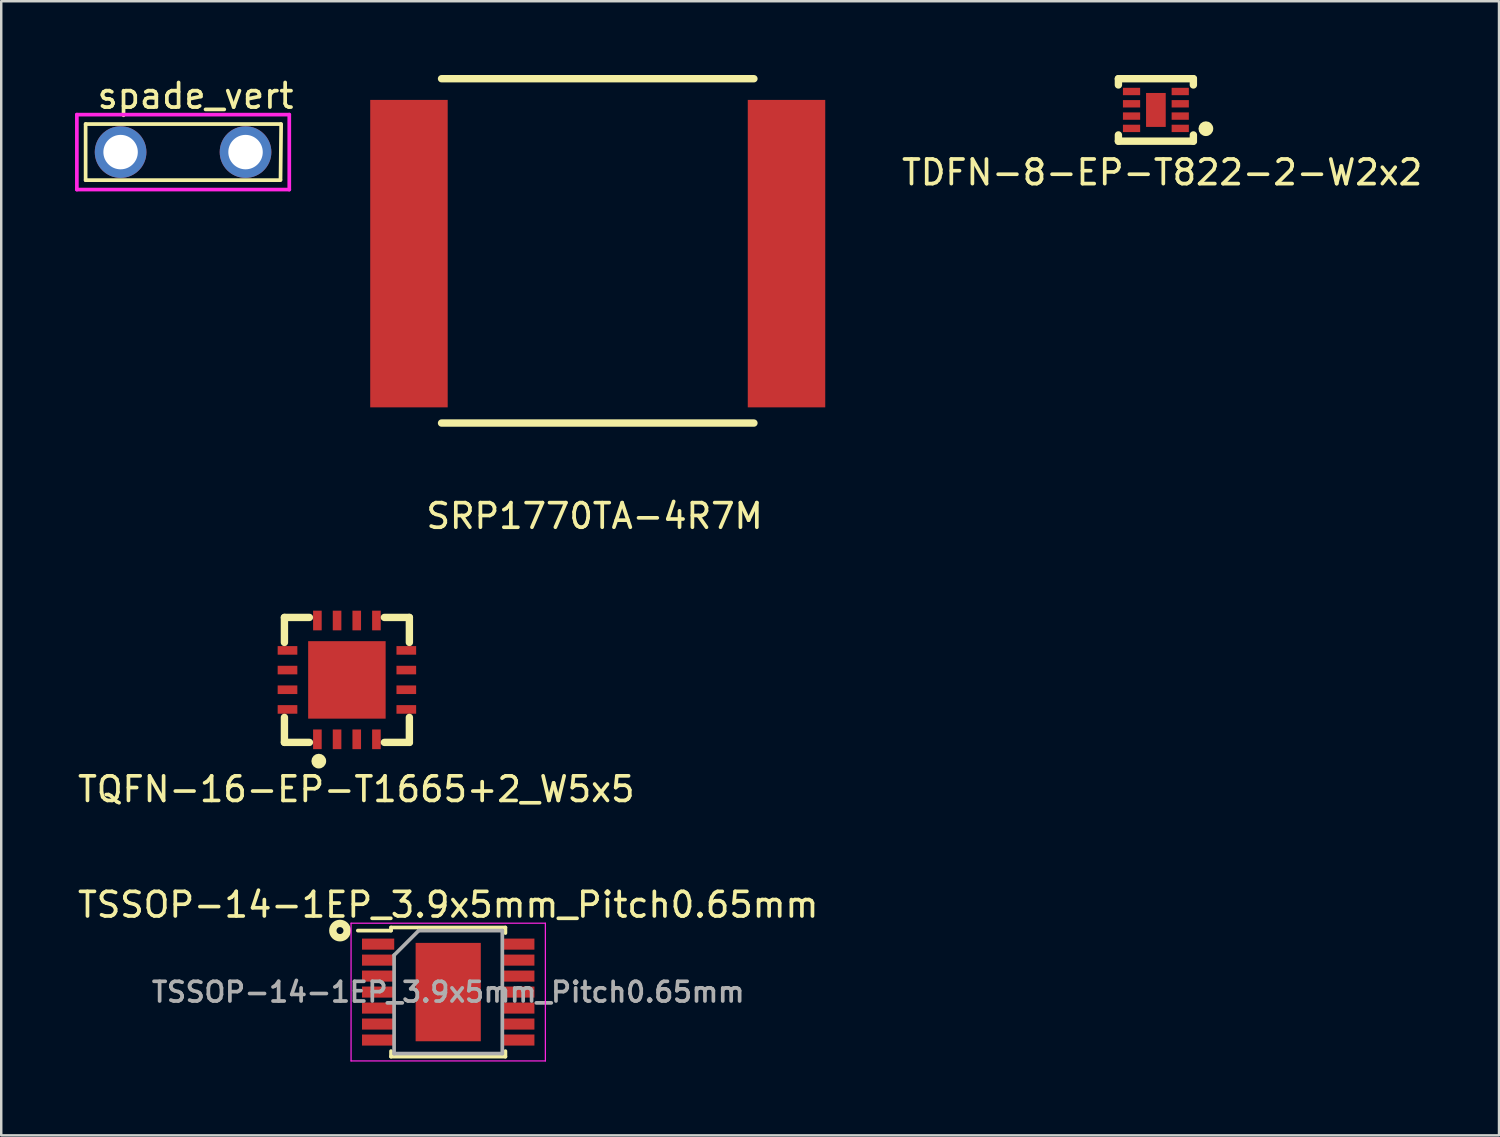
<source format=kicad_pcb>
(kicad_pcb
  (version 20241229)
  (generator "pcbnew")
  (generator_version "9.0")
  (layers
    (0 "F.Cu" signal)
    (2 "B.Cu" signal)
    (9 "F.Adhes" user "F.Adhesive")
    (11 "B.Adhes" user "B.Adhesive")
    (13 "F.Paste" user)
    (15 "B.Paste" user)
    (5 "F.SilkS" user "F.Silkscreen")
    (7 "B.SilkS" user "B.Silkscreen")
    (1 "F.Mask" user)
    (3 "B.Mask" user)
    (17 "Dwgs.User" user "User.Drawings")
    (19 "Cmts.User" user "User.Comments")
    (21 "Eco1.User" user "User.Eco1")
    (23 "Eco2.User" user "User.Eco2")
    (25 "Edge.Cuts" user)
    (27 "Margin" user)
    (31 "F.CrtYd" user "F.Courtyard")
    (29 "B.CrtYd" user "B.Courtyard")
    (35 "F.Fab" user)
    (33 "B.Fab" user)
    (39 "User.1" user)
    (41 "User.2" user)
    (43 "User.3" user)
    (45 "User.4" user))
  (footprint "TQFN-16-EP-T1665+2_W5x5"
    (layer "F.Cu")
    (at 11.054 24.593)
    (property "Reference" "TQFN-16-EP-T1665+2_W5x5" (at 0.381 4.445 0) (layer "F.SilkS") (effects (font (size 1 1) (thickness 0.15))))
    (attr through_hole)
    (fp_line (start -2.54 -2.54) (end -2.54 -1.524) (stroke (width 0.3) (type solid)) (layer "F.SilkS"))
    (fp_line (start -2.54 1.524) (end -2.54 2.54) (stroke (width 0.3) (type solid)) (layer "F.SilkS"))
    (fp_line (start -2.54 2.54) (end -1.524 2.54) (stroke (width 0.3) (type solid)) (layer "F.SilkS"))
    (fp_line (start -1.524 -2.54) (end -2.54 -2.54) (stroke (width 0.3) (type solid)) (layer "F.SilkS"))
    (fp_line (start 1.524 2.54) (end 2.54 2.54) (stroke (width 0.3) (type solid)) (layer "F.SilkS"))
    (fp_line (start 2.54 -2.54) (end 1.524 -2.54) (stroke (width 0.3) (type solid)) (layer "F.SilkS"))
    (fp_line (start 2.54 -1.524) (end 2.54 -2.54) (stroke (width 0.3) (type solid)) (layer "F.SilkS"))
    (fp_line (start 2.54 2.54) (end 2.54 1.524) (stroke (width 0.3) (type solid)) (layer "F.SilkS"))
    (fp_circle (center -1.143 3.302) (end -1.143 3.452) (stroke (width 0.3) (type solid)) (fill no) (layer "F.SilkS"))
    (pad "1" smd rect (at -1.2 2.415) (size 0.35 0.8) (layers "F.Cu" "F.Mask" "F.Paste"))
    (pad "2" smd rect (at -0.4 2.415) (size 0.35 0.8) (layers "F.Cu" "F.Mask" "F.Paste"))
    (pad "3" smd rect (at 0.4 2.415) (size 0.35 0.8) (layers "F.Cu" "F.Mask" "F.Paste"))
    (pad "4" smd rect (at 1.2 2.415) (size 0.35 0.8) (layers "F.Cu" "F.Mask" "F.Paste"))
    (pad "5" smd rect (at 2.415 1.2) (size 0.8 0.35) (layers "F.Cu" "F.Mask" "F.Paste"))
    (pad "6" smd rect (at 2.415 0.4) (size 0.8 0.35) (layers "F.Cu" "F.Mask" "F.Paste"))
    (pad "7" smd rect (at 2.415 -0.4) (size 0.8 0.35) (layers "F.Cu" "F.Mask" "F.Paste"))
    (pad "8" smd rect (at 2.415 -1.2) (size 0.8 0.35) (layers "F.Cu" "F.Mask" "F.Paste"))
    (pad "9" smd rect (at 1.2 -2.415) (size 0.35 0.8) (layers "F.Cu" "F.Mask" "F.Paste"))
    (pad "10" smd rect (at 0.4 -2.415) (size 0.35 0.8) (layers "F.Cu" "F.Mask" "F.Paste"))
    (pad "11" smd rect (at -0.4 -2.415) (size 0.35 0.8) (layers "F.Cu" "F.Mask" "F.Paste"))
    (pad "12" smd rect (at -1.2 -2.415) (size 0.35 0.8) (layers "F.Cu" "F.Mask" "F.Paste"))
    (pad "13" smd rect (at -2.415 -1.2) (size 0.8 0.35) (layers "F.Cu" "F.Mask" "F.Paste"))
    (pad "14" smd rect (at -2.415 -0.4) (size 0.8 0.35) (layers "F.Cu" "F.Mask" "F.Paste"))
    (pad "15" smd rect (at -2.415 0.4) (size 0.8 0.35) (layers "F.Cu" "F.Mask" "F.Paste"))
    (pad "16" smd rect (at -2.415 1.2) (size 0.8 0.35) (layers "F.Cu" "F.Mask" "F.Paste"))
    (pad "EP" smd rect (at 0 0) (size 3.15 3.15) (layers "F.Cu" "F.Mask" "F.Paste")))
  (footprint "TSSOP-14-1EP_3.9x5mm_Pitch0.65mm"
    (layer "F.Cu")
    (at 15.173 37.285)
    (property "Reference" "TSSOP-14-1EP_3.9x5mm_Pitch0.65mm" (at 0 -3.55 0) (layer "F.SilkS") (effects (font (size 1 1) (thickness 0.15))))
    (attr smd)
    (fp_line (start -2.325 -2.625) (end -2.325 -2.5) (stroke (width 0.15) (type solid)) (layer "F.SilkS"))
    (fp_line (start -2.325 -2.625) (end 2.325 -2.625) (stroke (width 0.15) (type solid)) (layer "F.SilkS"))
    (fp_line (start -2.325 -2.5) (end -3.675 -2.5) (stroke (width 0.15) (type solid)) (layer "F.SilkS"))
    (fp_line (start -2.325 2.625) (end -2.325 2.4) (stroke (width 0.15) (type solid)) (layer "F.SilkS"))
    (fp_line (start -2.325 2.625) (end 2.325 2.625) (stroke (width 0.15) (type solid)) (layer "F.SilkS"))
    (fp_line (start 2.325 -2.625) (end 2.325 -2.4) (stroke (width 0.15) (type solid)) (layer "F.SilkS"))
    (fp_line (start 2.325 2.625) (end 2.325 2.4) (stroke (width 0.15) (type solid)) (layer "F.SilkS"))
    (fp_circle (center -4.4 -2.5) (end -4.3 -2.4) (stroke (width 0.3) (type solid)) (fill no) (layer "F.SilkS"))
    (fp_line (start -3.95 -2.8) (end -3.95 2.8) (stroke (width 0.05) (type solid)) (layer "F.CrtYd"))
    (fp_line (start -3.95 -2.8) (end 3.95 -2.8) (stroke (width 0.05) (type solid)) (layer "F.CrtYd"))
    (fp_line (start -3.95 2.8) (end 3.95 2.8) (stroke (width 0.05) (type solid)) (layer "F.CrtYd"))
    (fp_line (start 3.95 -2.8) (end 3.95 2.8) (stroke (width 0.05) (type solid)) (layer "F.CrtYd"))
    (fp_line (start -2.2 -1.5) (end -1.2 -2.5) (stroke (width 0.15) (type solid)) (layer "F.Fab"))
    (fp_line (start -2.2 2.5) (end -2.2 -1.5) (stroke (width 0.15) (type solid)) (layer "F.Fab"))
    (fp_line (start -1.2 -2.5) (end 2.2 -2.5) (stroke (width 0.15) (type solid)) (layer "F.Fab"))
    (fp_line (start 2.2 -2.5) (end 2.2 2.5) (stroke (width 0.15) (type solid)) (layer "F.Fab"))
    (fp_line (start 2.2 2.5) (end -2.2 2.5) (stroke (width 0.15) (type solid)) (layer "F.Fab"))
    (fp_text user "${REFERENCE}" (at 0 0 0) (layer "F.Fab") (effects (font (size 0.8 0.8) (thickness 0.15))))
    (pad "1" smd rect (at -2.85 -1.95) (size 1.31 0.45) (layers "F.Cu" "F.Mask" "F.Paste"))
    (pad "2" smd rect (at -2.85 -1.3) (size 1.31 0.45) (layers "F.Cu" "F.Mask" "F.Paste"))
    (pad "3" smd rect (at -2.85 -0.65) (size 1.31 0.45) (layers "F.Cu" "F.Mask" "F.Paste"))
    (pad "4" smd rect (at -2.85 0) (size 1.31 0.45) (layers "F.Cu" "F.Mask" "F.Paste"))
    (pad "5" smd rect (at -2.85 0.65) (size 1.31 0.45) (layers "F.Cu" "F.Mask" "F.Paste"))
    (pad "6" smd rect (at -2.85 1.3) (size 1.31 0.45) (layers "F.Cu" "F.Mask" "F.Paste"))
    (pad "7" smd rect (at -2.85 1.95) (size 1.31 0.45) (layers "F.Cu" "F.Mask" "F.Paste"))
    (pad "8" smd rect (at 2.85 1.95) (size 1.31 0.45) (layers "F.Cu" "F.Mask" "F.Paste"))
    (pad "9" smd rect (at 2.85 1.3) (size 1.31 0.45) (layers "F.Cu" "F.Mask" "F.Paste"))
    (pad "10" smd rect (at 2.85 0.65) (size 1.31 0.45) (layers "F.Cu" "F.Mask" "F.Paste"))
    (pad "11" smd rect (at 2.85 0) (size 1.31 0.45) (layers "F.Cu" "F.Mask" "F.Paste"))
    (pad "12" smd rect (at 2.85 -0.65) (size 1.31 0.45) (layers "F.Cu" "F.Mask" "F.Paste"))
    (pad "13" smd rect (at 2.85 -1.3) (size 1.31 0.45) (layers "F.Cu" "F.Mask" "F.Paste"))
    (pad "14" smd rect (at 2.85 -1.95) (size 1.31 0.45) (layers "F.Cu" "F.Mask" "F.Paste"))
    (pad "PAD" smd rect (at 0 0) (size 2.65 4) (layers "F.Cu" "F.Mask" "F.Paste")))
  (footprint "spade_vert"
    (layer "F.Cu")
    (at 4.393 3.134)
    (property "Reference" "spade_vert" (at 0.508 -2.286 0) (layer "F.SilkS") (effects (font (size 1 1) (thickness 0.15))))
    (attr through_hole)
    (fp_line (start -3.962 -1.143) (end -3.962 1.143) (stroke (width 0.15) (type solid)) (layer "F.SilkS"))
    (fp_line (start -3.96 -1.14) (end 3.96 -1.14) (stroke (width 0.15) (type solid)) (layer "F.SilkS"))
    (fp_line (start -3.96 1.14) (end 3.96 1.14) (stroke (width 0.15) (type solid)) (layer "F.SilkS"))
    (fp_line (start 3.988 -1.143) (end 3.962 1.118) (stroke (width 0.15) (type solid)) (layer "F.SilkS"))
    (fp_line (start -4.318 -1.524) (end 4.318 -1.524) (stroke (width 0.15) (type solid)) (layer "F.CrtYd"))
    (fp_line (start -4.318 1.524) (end -4.318 -1.524) (stroke (width 0.15) (type solid)) (layer "F.CrtYd"))
    (fp_line (start 4.318 -1.524) (end 4.318 1.524) (stroke (width 0.15) (type solid)) (layer "F.CrtYd"))
    (fp_line (start 4.318 1.524) (end -4.318 1.524) (stroke (width 0.15) (type solid)) (layer "F.CrtYd"))
    (pad "1" thru_hole circle (at -2.54 0) (size 2.1 2.1) (drill 1.4) (layers "*.Cu" "*.Mask"))
    (pad "1" thru_hole circle (at 2.54 0) (size 2.1 2.1) (drill 1.4) (layers "*.Cu" "*.Mask")))
  (footprint "SRP1770TA-4R7M"
    (layer "F.Cu")
    (at 21.252 7.262)
    (property "Reference" "SRP1770TA-4R7M" (at -0.127 10.668 0) (layer "F.SilkS") (effects (font (size 1 1) (thickness 0.15))))
    (attr through_hole)
    (fp_line (start 6.35 -7.112) (end -6.35 -7.112) (stroke (width 0.3) (type solid)) (layer "F.SilkS"))
    (fp_line (start 6.35 6.888) (end -6.35 6.888) (stroke (width 0.3) (type solid)) (layer "F.SilkS"))
    (pad "1" smd rect (at -7.675 0) (size 3.15 12.5) (layers "F.Cu" "F.Mask" "F.Paste"))
    (pad "2" smd rect (at 7.675 0) (size 3.15 12.5) (layers "F.Cu" "F.Mask" "F.Paste")))
  (footprint "TDFN-8-EP-T822-2-W2x2"
    (layer "F.Cu")
    (at 43.945 1.42)
    (property "Reference" "TDFN-8-EP-T822-2-W2x2" (at 0.254 2.54 0) (layer "F.SilkS") (effects (font (size 1 1) (thickness 0.15))))
    (attr through_hole)
    (fp_line (start -1.524 -1.27) (end -1.524 -1.016) (stroke (width 0.3) (type solid)) (layer "F.SilkS"))
    (fp_line (start -1.524 1.016) (end -1.524 1.27) (stroke (width 0.3) (type solid)) (layer "F.SilkS"))
    (fp_line (start -1.524 1.27) (end 1.524 1.27) (stroke (width 0.3) (type solid)) (layer "F.SilkS"))
    (fp_line (start 1.524 -1.27) (end -1.524 -1.27) (stroke (width 0.3) (type solid)) (layer "F.SilkS"))
    (fp_line (start 1.524 -1.27) (end 1.524 -1.016) (stroke (width 0.3) (type solid)) (layer "F.SilkS"))
    (fp_line (start 1.524 1.27) (end 1.524 1.016) (stroke (width 0.3) (type solid)) (layer "F.SilkS"))
    (fp_circle (center 2.032 0.762) (end 2.182 0.762) (stroke (width 0.3) (type solid)) (fill no) (layer "F.SilkS"))
    (pad "1" smd rect (at 0.99 0.75) (size 0.7 0.3) (layers "F.Cu" "F.Mask" "F.Paste"))
    (pad "2" smd rect (at 0.99 0.25) (size 0.7 0.3) (layers "F.Cu" "F.Mask" "F.Paste"))
    (pad "3" smd rect (at 0.99 -0.25) (size 0.7 0.3) (layers "F.Cu" "F.Mask" "F.Paste"))
    (pad "4" smd rect (at 0.99 -0.75) (size 0.7 0.3) (layers "F.Cu" "F.Mask" "F.Paste"))
    (pad "5" smd rect (at -0.99 -0.75) (size 0.7 0.3) (layers "F.Cu" "F.Mask" "F.Paste"))
    (pad "6" smd rect (at -0.99 -0.25) (size 0.7 0.3) (layers "F.Cu" "F.Mask" "F.Paste"))
    (pad "7" smd rect (at -0.99 0.25) (size 0.7 0.3) (layers "F.Cu" "F.Mask" "F.Paste"))
    (pad "8" smd rect (at -0.99 0.75) (size 0.7 0.3) (layers "F.Cu" "F.Mask" "F.Paste"))
    (pad "EP" smd rect (at 0 0) (size 0.8 1.38) (layers "F.Cu" "F.Mask" "F.Paste")))
  (gr_rect
    (start -3 -3)
    (end 57.895 43.11)
    (stroke (width 0.1) (type default))
    (fill no)
    (layer "Edge.Cuts")))
</source>
